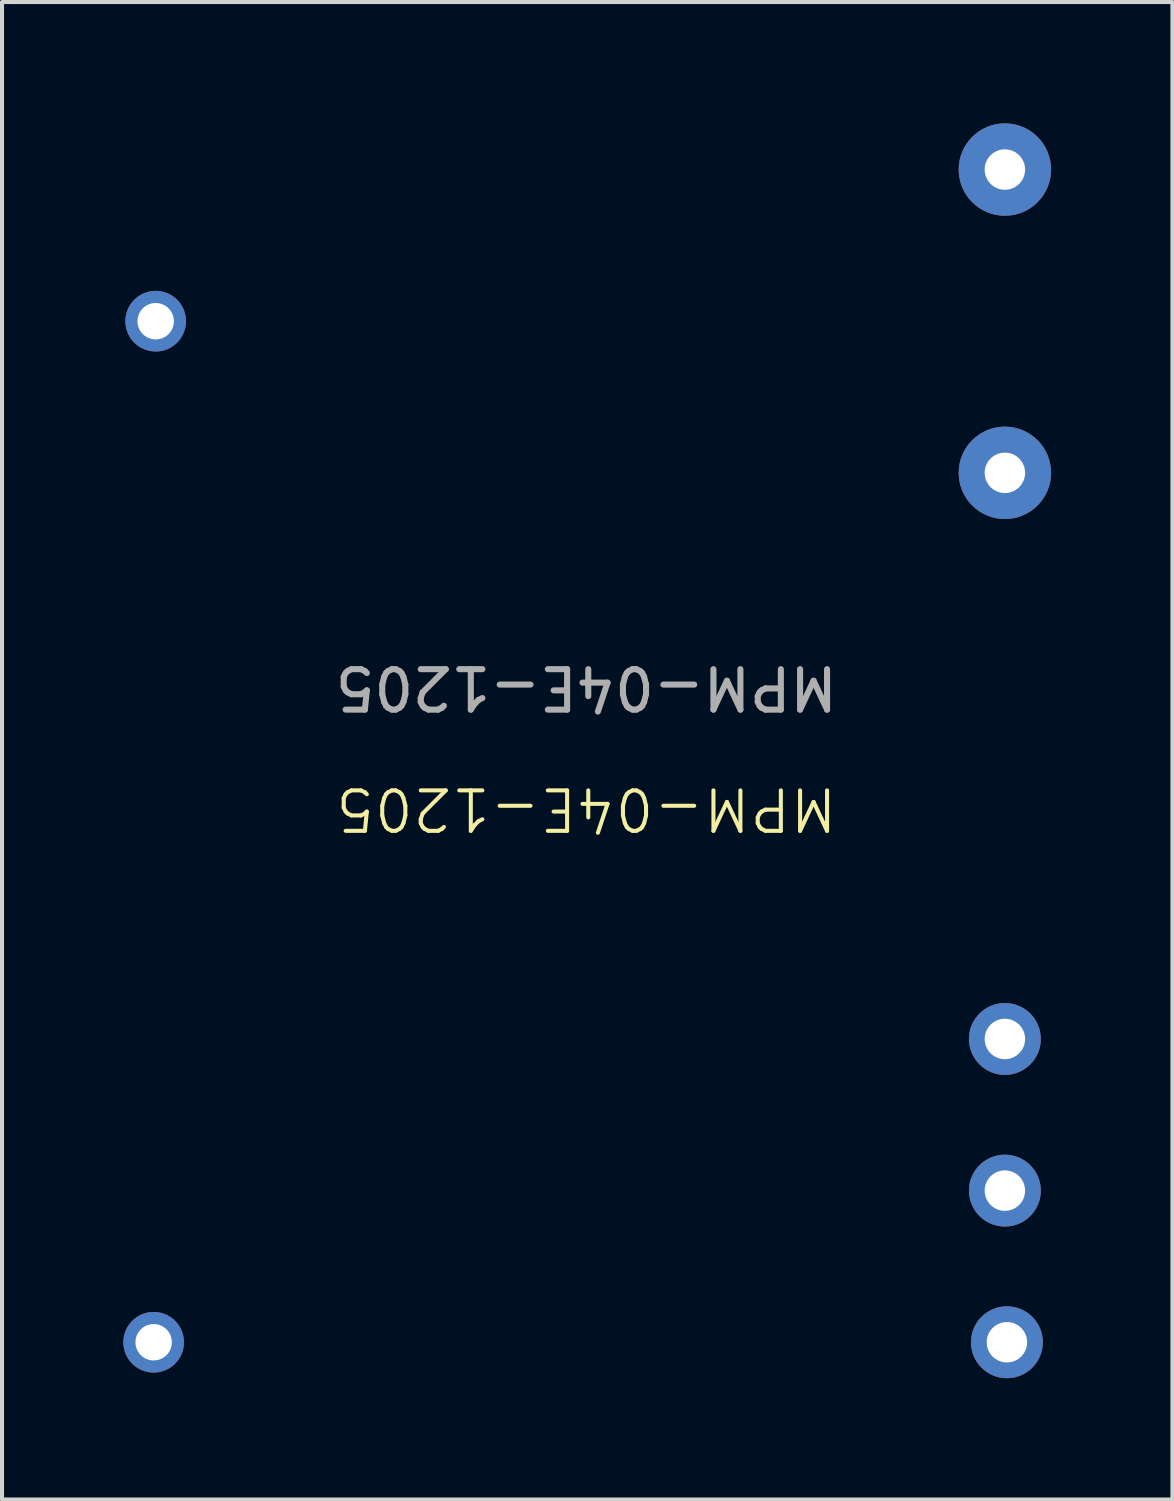
<source format=kicad_pcb>
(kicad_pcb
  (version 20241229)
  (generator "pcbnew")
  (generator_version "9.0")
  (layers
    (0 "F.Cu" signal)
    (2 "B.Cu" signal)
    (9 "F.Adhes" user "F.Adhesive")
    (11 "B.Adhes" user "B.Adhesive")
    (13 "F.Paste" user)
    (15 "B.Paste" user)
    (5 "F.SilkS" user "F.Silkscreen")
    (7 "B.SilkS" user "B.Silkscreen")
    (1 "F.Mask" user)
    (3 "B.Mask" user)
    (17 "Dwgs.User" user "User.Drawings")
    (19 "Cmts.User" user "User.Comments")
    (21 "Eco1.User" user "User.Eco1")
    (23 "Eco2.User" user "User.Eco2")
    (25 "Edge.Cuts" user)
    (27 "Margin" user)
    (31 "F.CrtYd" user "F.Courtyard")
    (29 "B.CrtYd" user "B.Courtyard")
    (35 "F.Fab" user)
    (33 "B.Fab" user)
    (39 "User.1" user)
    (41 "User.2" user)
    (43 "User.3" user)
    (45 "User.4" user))
  (footprint "MPM-04E-1205"
    (layer "F.Cu")
    (at 11.493 14.579)
    (property "Reference" "MPM-04E-1205" (at -0.043 2.374 180) (unlocked yes) (layer "F.SilkS") (effects (font (size 1 1) (thickness 0.1))))
    (attr smd)
    (fp_text user "${REFERENCE}" (at -0.043 -0.626 180) (unlocked yes) (layer "F.Fab") (effects (font (size 1 1) (thickness 0.15))))
    (pad "1" thru_hole circle (at -10.693 -9.686 180) (size 1.5 1.5) (drill 0.9) (layers "*.Cu" "*.Mask"))
    (pad "2" thru_hole circle (at -10.743 15.564 180) (size 1.5 1.5) (drill 0.9) (layers "*.Cu" "*.Mask"))
    (pad "3" thru_hole circle (at 10.357 15.564 180) (size 1.778 1.778) (drill 1) (layers "*.Cu" "*.Mask"))
    (pad "4" thru_hole circle (at 10.307 11.814 180) (size 1.778 1.778) (drill 1) (layers "*.Cu" "*.Mask"))
    (pad "5" thru_hole circle (at 10.307 8.064 180) (size 1.778 1.778) (drill 1) (layers "*.Cu" "*.Mask"))
    (pad "6" thru_hole circle (at 10.307 -5.936 180) (size 2.286 2.286) (drill 1) (layers "*.Cu" "*.Mask"))
    (pad "7" thru_hole circle (at 10.307 -13.436 180) (size 2.286 2.286) (drill 1) (layers "*.Cu" "*.Mask")))
  (gr_rect
    (start -3 -3)
    (end 25.943 34.032)
    (stroke (width 0.1) (type default))
    (fill no)
    (layer "Edge.Cuts")))
</source>
